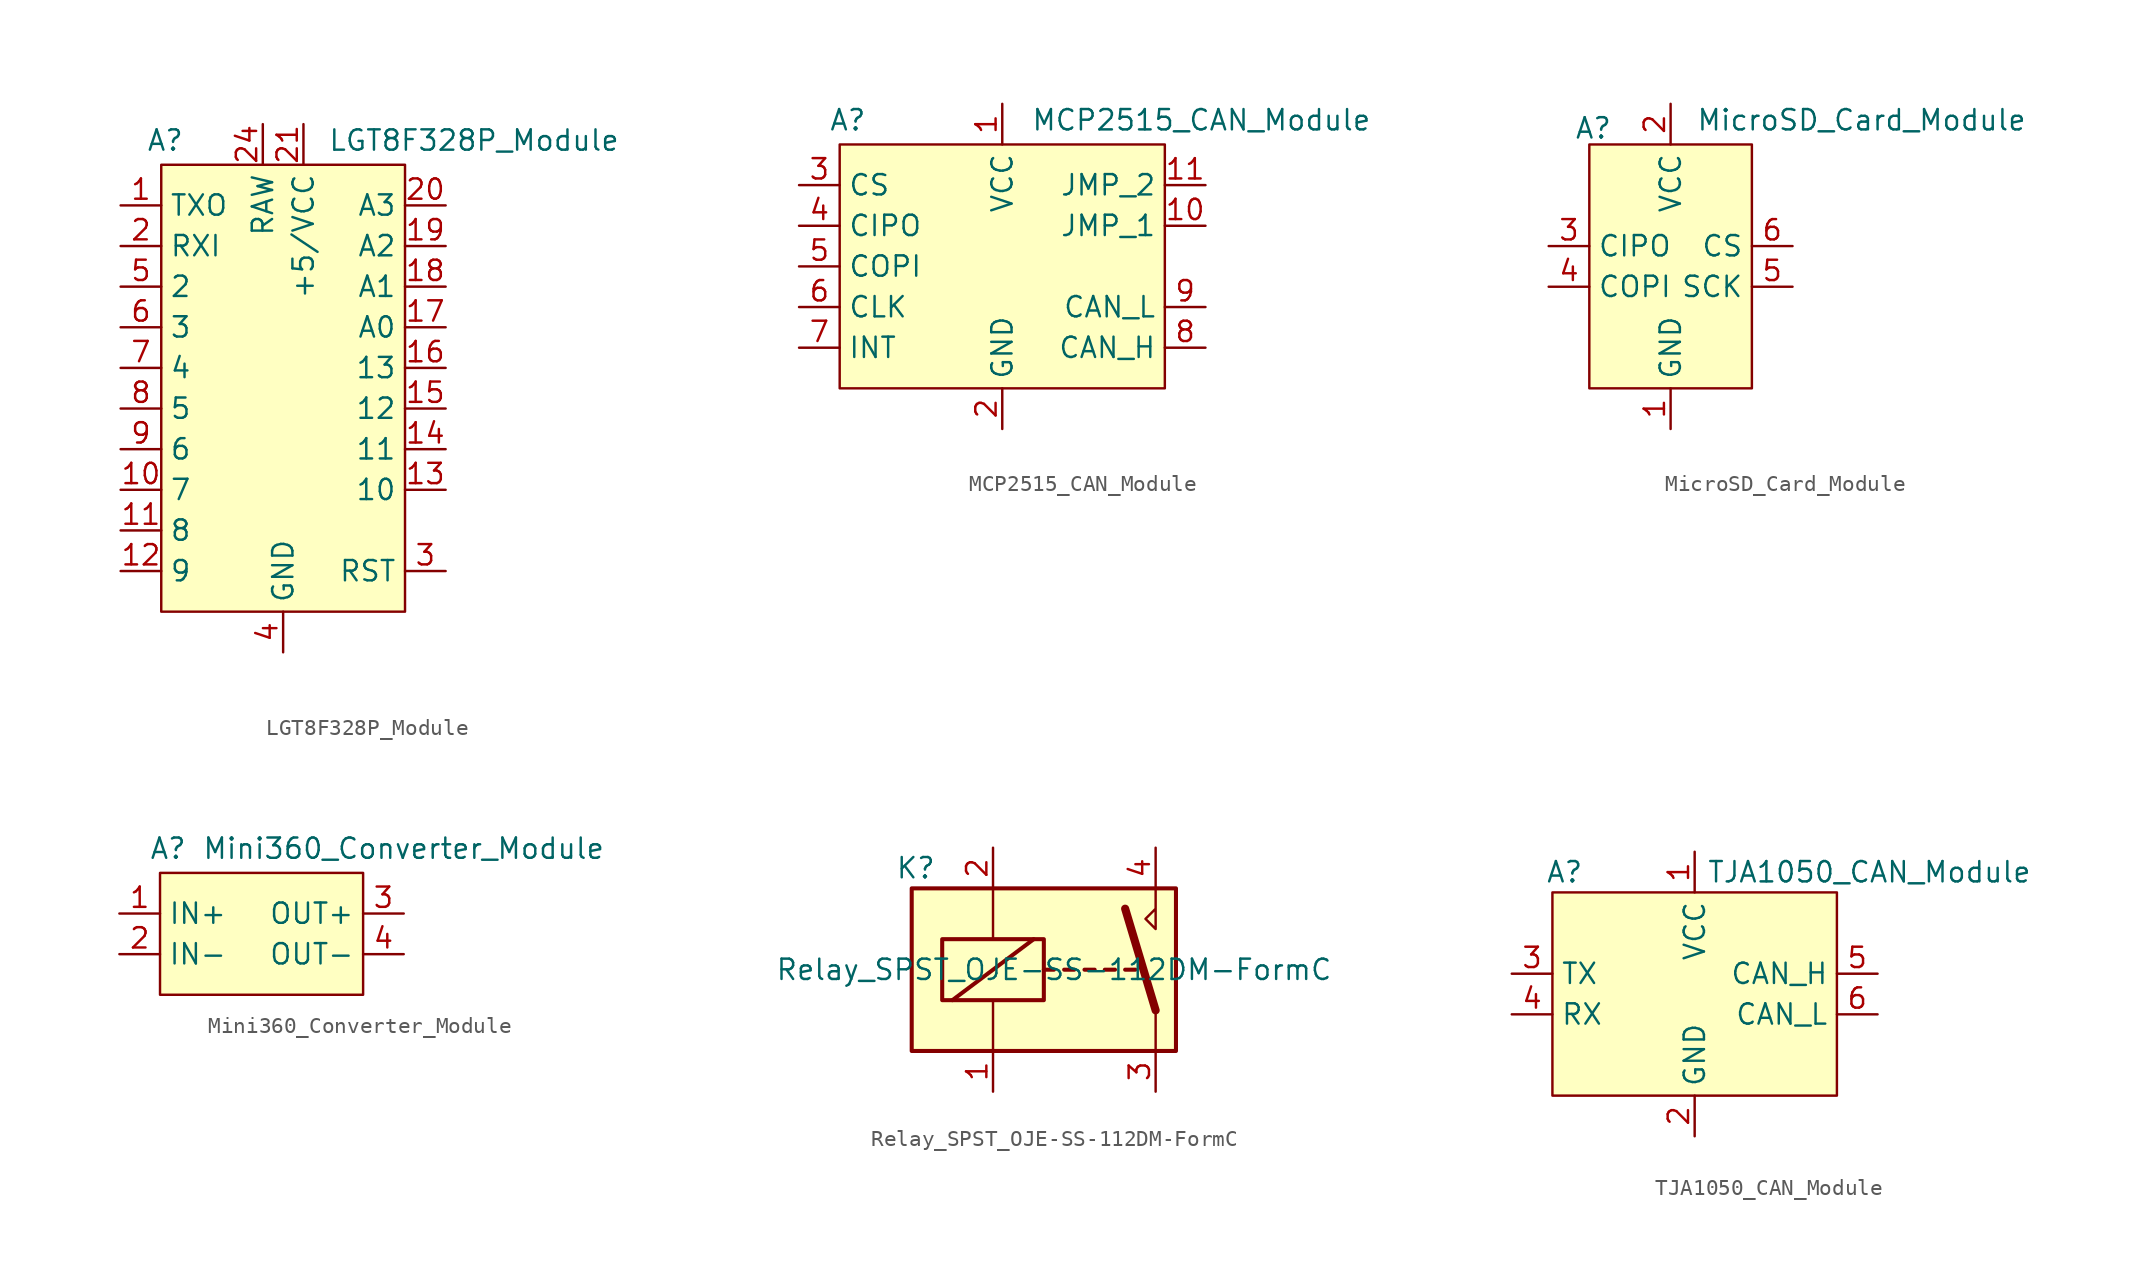
<source format=kicad_sym>
(kicad_symbol_lib
  (version 20231120)
  (generator "kicad_symbol_editor")
  (generator_version "8.0")
  (symbol "LGT8F328P_Module"
    (property "Reference" "A"
      (at -7.366 15.494 0)
      (effects (font (size 1.27 1.27))))
    (property "Value" "LGT8F328P_Module"
      (at 11.938 15.494 0)
      (effects (font (size 1.27 1.27))))
    (symbol "LGT8F328P_Module_1_1"
      (rectangle (start -7.62 13.97) (end 7.62 -13.97) (stroke (width 0) (type default)) (fill (type background)))
      (pin bidirectional line (at -10.16 11.43 0) (length 2.54) (name "TXO" (effects (font (size 1.27 1.27)))) (number "1" (effects (font (size 1.27 1.27)))))
      (pin bidirectional line (at -10.16 -6.35 0) (length 2.54) (name "7" (effects (font (size 1.27 1.27)))) (number "10" (effects (font (size 1.27 1.27)))))
      (pin bidirectional line (at -10.16 -8.89 0) (length 2.54) (name "8" (effects (font (size 1.27 1.27)))) (number "11" (effects (font (size 1.27 1.27)))))
      (pin bidirectional line (at -10.16 -11.43 0) (length 2.54) (name "9" (effects (font (size 1.27 1.27)))) (number "12" (effects (font (size 1.27 1.27)))))
      (pin bidirectional line (at 10.16 -6.35 180) (length 2.54) (name "10" (effects (font (size 1.27 1.27)))) (number "13" (effects (font (size 1.27 1.27)))))
      (pin bidirectional line (at 10.16 -3.81 180) (length 2.54) (name "11" (effects (font (size 1.27 1.27)))) (number "14" (effects (font (size 1.27 1.27)))))
      (pin bidirectional line (at 10.16 -1.27 180) (length 2.54) (name "12" (effects (font (size 1.27 1.27)))) (number "15" (effects (font (size 1.27 1.27)))))
      (pin bidirectional line (at 10.16 1.27 180) (length 2.54) (name "13" (effects (font (size 1.27 1.27)))) (number "16" (effects (font (size 1.27 1.27)))))
      (pin bidirectional line (at 10.16 3.81 180) (length 2.54) (name "A0" (effects (font (size 1.27 1.27)))) (number "17" (effects (font (size 1.27 1.27)))))
      (pin bidirectional line (at 10.16 6.35 180) (length 2.54) (name "A1" (effects (font (size 1.27 1.27)))) (number "18" (effects (font (size 1.27 1.27)))))
      (pin bidirectional line (at 10.16 8.89 180) (length 2.54) (name "A2" (effects (font (size 1.27 1.27)))) (number "19" (effects (font (size 1.27 1.27)))))
      (pin bidirectional line (at -10.16 8.89 0) (length 2.54) (name "RXI" (effects (font (size 1.27 1.27)))) (number "2" (effects (font (size 1.27 1.27)))))
      (pin bidirectional line (at 10.16 11.43 180) (length 2.54) (name "A3" (effects (font (size 1.27 1.27)))) (number "20" (effects (font (size 1.27 1.27)))))
      (pin passive line (at 1.27 16.51 270) (length 2.54) (name "+5/VCC" (effects (font (size 1.27 1.27)))) (number "21" (effects (font (size 1.27 1.27)))))
      (pin passive line (at 8.89 -11.43 180) (length 2.54) hide (name "RST" (effects (font (size 1.27 1.27)))) (number "22" (effects (font (size 1.27 1.27)))))
      (pin passive line (at 0 -16.51 90) (length 2.54) hide (name "GND" (effects (font (size 1.27 1.27)))) (number "23" (effects (font (size 1.27 1.27)))))
      (pin power_in line (at -1.27 16.51 270) (length 2.54) (name "RAW" (effects (font (size 1.27 1.27)))) (number "24" (effects (font (size 1.27 1.27)))))
      (pin bidirectional line (at 10.16 -11.43 180) (length 2.54) (name "RST" (effects (font (size 1.27 1.27)))) (number "3" (effects (font (size 1.27 1.27)))))
      (pin power_in line (at 0 -16.51 90) (length 2.54) (name "GND" (effects (font (size 1.27 1.27)))) (number "4" (effects (font (size 1.27 1.27)))))
      (pin bidirectional line (at -10.16 6.35 0) (length 2.54) (name "2" (effects (font (size 1.27 1.27)))) (number "5" (effects (font (size 1.27 1.27)))))
      (pin bidirectional line (at -10.16 3.81 0) (length 2.54) (name "3" (effects (font (size 1.27 1.27)))) (number "6" (effects (font (size 1.27 1.27)))))
      (pin bidirectional line (at -10.16 1.27 0) (length 2.54) (name "4" (effects (font (size 1.27 1.27)))) (number "7" (effects (font (size 1.27 1.27)))))
      (pin bidirectional line (at -10.16 -1.27 0) (length 2.54) (name "5" (effects (font (size 1.27 1.27)))) (number "8" (effects (font (size 1.27 1.27)))))
      (pin bidirectional line (at -10.16 -3.81 0) (length 2.54) (name "6" (effects (font (size 1.27 1.27)))) (number "9" (effects (font (size 1.27 1.27)))))))
  (symbol "MCP2515_CAN_Module"
    (property "Reference" "A"
      (at -9.652 9.144 0)
      (effects (font (size 1.27 1.27))))
    (property "Value" "MCP2515_CAN_Module"
      (at 12.446 9.144 0)
      (effects (font (size 1.27 1.27))))
    (symbol "MCP2515_CAN_Module_0_1"
      (rectangle (start -10.16 7.62) (end 10.16 -7.62) (stroke (width 0) (type default)) (fill (type background))))
    (symbol "MCP2515_CAN_Module_1_1"
      (pin power_in line (at 0 10.16 270) (length 2.54) (name "VCC" (effects (font (size 1.27 1.27)))) (number "1" (effects (font (size 1.27 1.27)))))
      (pin passive line (at 12.7 2.54 180) (length 2.54) (name "JMP_1" (effects (font (size 1.27 1.27)))) (number "10" (effects (font (size 1.27 1.27)))))
      (pin passive line (at 12.7 5.08 180) (length 2.54) (name "JMP_2" (effects (font (size 1.27 1.27)))) (number "11" (effects (font (size 1.27 1.27)))))
      (pin power_in line (at 0 -10.16 90) (length 2.54) (name "GND" (effects (font (size 1.27 1.27)))) (number "2" (effects (font (size 1.27 1.27)))))
      (pin bidirectional line (at -12.7 5.08 0) (length 2.54) (name "CS" (effects (font (size 1.27 1.27)))) (number "3" (effects (font (size 1.27 1.27)))))
      (pin bidirectional line (at -12.7 2.54 0) (length 2.54) (name "CIPO" (effects (font (size 1.27 1.27)))) (number "4" (effects (font (size 1.27 1.27)))))
      (pin bidirectional line (at -12.7 0 0) (length 2.54) (name "COPI" (effects (font (size 1.27 1.27)))) (number "5" (effects (font (size 1.27 1.27)))))
      (pin bidirectional line (at -12.7 -2.54 0) (length 2.54) (name "CLK" (effects (font (size 1.27 1.27)))) (number "6" (effects (font (size 1.27 1.27)))))
      (pin passive line (at -12.7 -5.08 0) (length 2.54) (name "INT" (effects (font (size 1.27 1.27)))) (number "7" (effects (font (size 1.27 1.27)))))
      (pin bidirectional line (at 12.7 -5.08 180) (length 2.54) (name "CAN_H" (effects (font (size 1.27 1.27)))) (number "8" (effects (font (size 1.27 1.27)))))
      (pin bidirectional line (at 12.7 -2.54 180) (length 2.54) (name "CAN_L" (effects (font (size 1.27 1.27)))) (number "9" (effects (font (size 1.27 1.27)))))))
  (symbol "MicroSD_Card_Module"
    (property "Reference" "A"
      (at -4.826 8.636 0)
      (effects (font (size 1.27 1.27))))
    (property "Value" "MicroSD_Card_Module"
      (at 11.938 9.144 0)
      (effects (font (size 1.27 1.27))))
    (symbol "MicroSD_Card_Module_0_1"
      (rectangle (start -5.08 7.62) (end 5.08 -7.62) (stroke (width 0) (type default)) (fill (type background))))
    (symbol "MicroSD_Card_Module_1_1"
      (pin power_in line (at 0 -10.16 90) (length 2.54) (name "GND" (effects (font (size 1.27 1.27)))) (number "1" (effects (font (size 1.27 1.27)))))
      (pin power_in line (at 0 10.16 270) (length 2.54) (name "VCC" (effects (font (size 1.27 1.27)))) (number "2" (effects (font (size 1.27 1.27)))))
      (pin bidirectional line (at -7.62 1.27 0) (length 2.54) (name "CIPO" (effects (font (size 1.27 1.27)))) (number "3" (effects (font (size 1.27 1.27)))))
      (pin bidirectional line (at -7.62 -1.27 0) (length 2.54) (name "COPI" (effects (font (size 1.27 1.27)))) (number "4" (effects (font (size 1.27 1.27)))))
      (pin bidirectional line (at 7.62 -1.27 180) (length 2.54) (name "SCK" (effects (font (size 1.27 1.27)))) (number "5" (effects (font (size 1.27 1.27)))))
      (pin bidirectional line (at 7.62 1.27 180) (length 2.54) (name "CS" (effects (font (size 1.27 1.27)))) (number "6" (effects (font (size 1.27 1.27)))))))
  (symbol "Mini360_Converter_Module"
    (property "Reference" "A"
      (at -5.842 5.334 0)
      (effects (font (size 1.27 1.27))))
    (property "Value" "Mini360_Converter_Module"
      (at 8.89 5.334 0)
      (effects (font (size 1.27 1.27))))
    (symbol "Mini360_Converter_Module_0_1"
      (rectangle (start -6.35 3.81) (end 6.35 -3.81) (stroke (width 0) (type default)) (fill (type background))))
    (symbol "Mini360_Converter_Module_1_1"
      (pin power_in line (at -8.89 1.27 0) (length 2.54) (name "IN+" (effects (font (size 1.27 1.27)))) (number "1" (effects (font (size 1.27 1.27)))))
      (pin power_in line (at -8.89 -1.27 0) (length 2.54) (name "IN-" (effects (font (size 1.27 1.27)))) (number "2" (effects (font (size 1.27 1.27)))))
      (pin power_out line (at 8.89 1.27 180) (length 2.54) (name "OUT+" (effects (font (size 1.27 1.27)))) (number "3" (effects (font (size 1.27 1.27)))))
      (pin power_out line (at 8.89 -1.27 180) (length 2.54) (name "OUT-" (effects (font (size 1.27 1.27)))) (number "4" (effects (font (size 1.27 1.27)))))))
  (symbol "Relay_SPST_OJE-SS-112DM-FormC"
    (property "Reference" "K"
      (at -8.636 6.35 0)
      (effects (font (size 1.27 1.27))))
    (property "Value" "Relay_SPST_OJE-SS-112DM-FormC"
      (at 0 0 0)
      (effects (font (size 1.27 1.27))))
    (symbol "Relay_SPST_OJE-SS-112DM-FormC_0_0"
      (polyline (pts (xy 6.35 5.08) (xy 6.35 2.54) (xy 5.715 3.175) (xy 6.35 3.81)) (stroke (width 0) (type default)) (fill (type none))))
    (symbol "Relay_SPST_OJE-SS-112DM-FormC_0_1"
      (rectangle (start -8.89 5.08) (end 7.62 -5.08) (stroke (width 0.254) (type default)) (fill (type background)))
      (rectangle (start -6.985 1.905) (end -0.635 -1.905) (stroke (width 0.254) (type default)) (fill (type none)))
      (polyline (pts (xy -6.35 -1.905) (xy -1.27 1.905)) (stroke (width 0.254) (type default)) (fill (type none)))
      (polyline (pts (xy -3.81 -5.08) (xy -3.81 -1.905)) (stroke (width 0) (type default)) (fill (type none)))
      (polyline (pts (xy -3.81 5.08) (xy -3.81 1.905)) (stroke (width 0) (type default)) (fill (type none)))
      (polyline (pts (xy -0.635 0) (xy 0 0)) (stroke (width 0.254) (type default)) (fill (type none)))
      (polyline (pts (xy 0.635 0) (xy 1.27 0)) (stroke (width 0.254) (type default)) (fill (type none)))
      (polyline (pts (xy 1.905 0) (xy 2.54 0)) (stroke (width 0.254) (type default)) (fill (type none)))
      (polyline (pts (xy 3.175 0) (xy 3.81 0)) (stroke (width 0.254) (type default)) (fill (type none)))
      (polyline (pts (xy 4.445 0) (xy 5.08 0)) (stroke (width 0.254) (type default)) (fill (type none)))
      (polyline (pts (xy 6.35 -2.54) (xy 4.445 3.81)) (stroke (width 0.508) (type default)) (fill (type none)))
      (polyline (pts (xy 6.35 -2.54) (xy 6.35 -5.08)) (stroke (width 0) (type default)) (fill (type none))))
    (symbol "Relay_SPST_OJE-SS-112DM-FormC_1_1"
      (pin passive line (at -3.81 -7.62 90) (length 2.54) (name "~" (effects (font (size 1.27 1.27)))) (number "1" (effects (font (size 1.27 1.27)))))
      (pin passive line (at -3.81 7.62 270) (length 2.54) (name "~" (effects (font (size 1.27 1.27)))) (number "2" (effects (font (size 1.27 1.27)))))
      (pin passive line (at 6.35 -7.62 90) (length 2.54) (name "~" (effects (font (size 1.27 1.27)))) (number "3" (effects (font (size 1.27 1.27)))))
      (pin passive line (at 6.35 7.62 270) (length 2.54) (name "~" (effects (font (size 1.27 1.27)))) (number "4" (effects (font (size 1.27 1.27)))))))
  (symbol "TJA1050_CAN_Module"
    (property "Reference" "A"
      (at -8.128 7.62 0)
      (effects (font (size 1.27 1.27))))
    (property "Value" "TJA1050_CAN_Module"
      (at 10.922 7.62 0)
      (effects (font (size 1.27 1.27))))
    (symbol "TJA1050_CAN_Module_0_1"
      (rectangle (start -8.89 6.35) (end 8.89 -6.35) (stroke (width 0) (type default)) (fill (type background))))
    (symbol "TJA1050_CAN_Module_1_1"
      (pin power_in line (at 0 8.89 270) (length 2.54) (name "VCC" (effects (font (size 1.27 1.27)))) (number "1" (effects (font (size 1.27 1.27)))))
      (pin power_in line (at 0 -8.89 90) (length 2.54) (name "GND" (effects (font (size 1.27 1.27)))) (number "2" (effects (font (size 1.27 1.27)))))
      (pin bidirectional line (at -11.43 1.27 0) (length 2.54) (name "TX" (effects (font (size 1.27 1.27)))) (number "3" (effects (font (size 1.27 1.27)))))
      (pin bidirectional line (at -11.43 -1.27 0) (length 2.54) (name "RX" (effects (font (size 1.27 1.27)))) (number "4" (effects (font (size 1.27 1.27)))))
      (pin bidirectional line (at 11.43 1.27 180) (length 2.54) (name "CAN_H" (effects (font (size 1.27 1.27)))) (number "5" (effects (font (size 1.27 1.27)))))
      (pin bidirectional line (at 11.43 -1.27 180) (length 2.54) (name "CAN_L" (effects (font (size 1.27 1.27)))) (number "6" (effects (font (size 1.27 1.27))))))))
</source>
